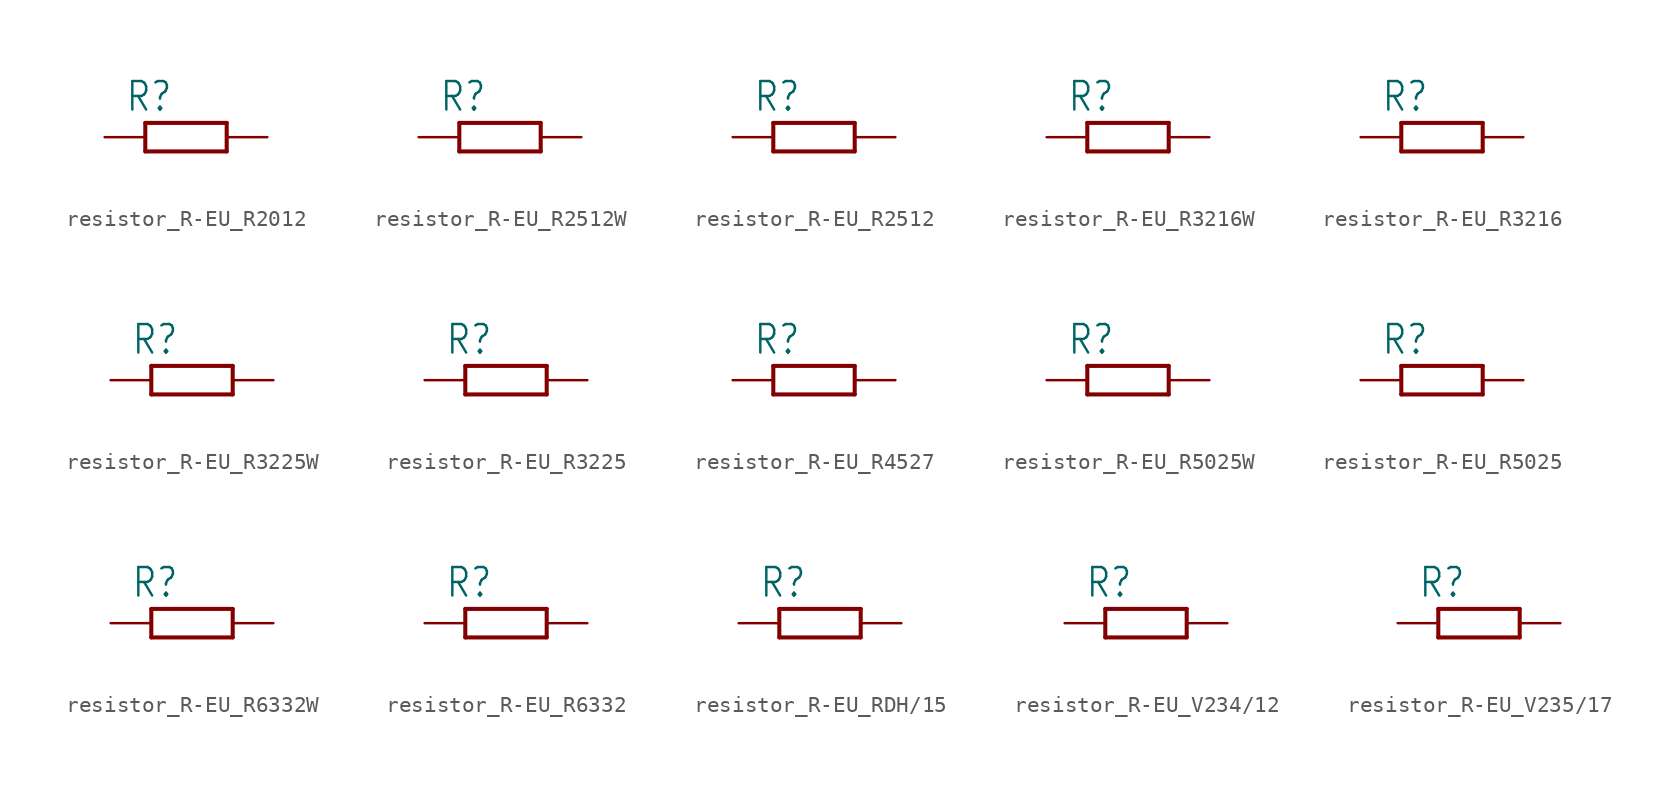
<source format=kicad_sym>
(kicad_symbol_lib
  (version 20220914)
  (generator kicad_symbol_editor)
  (symbol "resistor_R-EU_R2012"
    (property "Reference" "R"
      (at -3.81 1.499 0)
      (effects (font (size 1.778 1.511)) (justify left bottom)))
    (property "Value" ""
      (at -3.81 -3.302 0)
      (effects (font (size 1.778 1.511)) (justify left bottom)))
    (property "ki_locked" ""
      (at 0 0 0)
      (effects (font (size 1.27 1.27))))
    (symbol "resistor_R-EU_R2012_1_0"
      (polyline (pts (xy -2.54 -0.889) (xy -2.54 0.889)) (stroke (width 0.254) (type solid)) (fill (type none)))
      (polyline (pts (xy -2.54 -0.889) (xy 2.54 -0.889)) (stroke (width 0.254) (type solid)) (fill (type none)))
      (polyline (pts (xy 2.54 -0.889) (xy 2.54 0.889)) (stroke (width 0.254) (type solid)) (fill (type none)))
      (polyline (pts (xy 2.54 0.889) (xy -2.54 0.889)) (stroke (width 0.254) (type solid)) (fill (type none)))
      (pin passive line (at -5.08 0 0) (length 2.54) (name "1" (effects (font (size 0 0)))) (number "1" (effects (font (size 0 0)))))
      (pin passive line (at 5.08 0 180) (length 2.54) (name "2" (effects (font (size 0 0)))) (number "2" (effects (font (size 0 0)))))))
  (symbol "resistor_R-EU_R2512W"
    (property "Reference" "R"
      (at -3.81 1.499 0)
      (effects (font (size 1.778 1.511)) (justify left bottom)))
    (property "Value" ""
      (at -3.81 -3.302 0)
      (effects (font (size 1.778 1.511)) (justify left bottom)))
    (property "ki_locked" ""
      (at 0 0 0)
      (effects (font (size 1.27 1.27))))
    (symbol "resistor_R-EU_R2512W_1_0"
      (polyline (pts (xy -2.54 -0.889) (xy -2.54 0.889)) (stroke (width 0.254) (type solid)) (fill (type none)))
      (polyline (pts (xy -2.54 -0.889) (xy 2.54 -0.889)) (stroke (width 0.254) (type solid)) (fill (type none)))
      (polyline (pts (xy 2.54 -0.889) (xy 2.54 0.889)) (stroke (width 0.254) (type solid)) (fill (type none)))
      (polyline (pts (xy 2.54 0.889) (xy -2.54 0.889)) (stroke (width 0.254) (type solid)) (fill (type none)))
      (pin passive line (at -5.08 0 0) (length 2.54) (name "1" (effects (font (size 0 0)))) (number "1" (effects (font (size 0 0)))))
      (pin passive line (at 5.08 0 180) (length 2.54) (name "2" (effects (font (size 0 0)))) (number "2" (effects (font (size 0 0)))))))
  (symbol "resistor_R-EU_R2512"
    (property "Reference" "R"
      (at -3.81 1.499 0)
      (effects (font (size 1.778 1.511)) (justify left bottom)))
    (property "Value" ""
      (at -3.81 -3.302 0)
      (effects (font (size 1.778 1.511)) (justify left bottom)))
    (property "ki_locked" ""
      (at 0 0 0)
      (effects (font (size 1.27 1.27))))
    (symbol "resistor_R-EU_R2512_1_0"
      (polyline (pts (xy -2.54 -0.889) (xy -2.54 0.889)) (stroke (width 0.254) (type solid)) (fill (type none)))
      (polyline (pts (xy -2.54 -0.889) (xy 2.54 -0.889)) (stroke (width 0.254) (type solid)) (fill (type none)))
      (polyline (pts (xy 2.54 -0.889) (xy 2.54 0.889)) (stroke (width 0.254) (type solid)) (fill (type none)))
      (polyline (pts (xy 2.54 0.889) (xy -2.54 0.889)) (stroke (width 0.254) (type solid)) (fill (type none)))
      (pin passive line (at -5.08 0 0) (length 2.54) (name "1" (effects (font (size 0 0)))) (number "1" (effects (font (size 0 0)))))
      (pin passive line (at 5.08 0 180) (length 2.54) (name "2" (effects (font (size 0 0)))) (number "2" (effects (font (size 0 0)))))))
  (symbol "resistor_R-EU_R3216W"
    (property "Reference" "R"
      (at -3.81 1.499 0)
      (effects (font (size 1.778 1.511)) (justify left bottom)))
    (property "Value" ""
      (at -3.81 -3.302 0)
      (effects (font (size 1.778 1.511)) (justify left bottom)))
    (property "ki_locked" ""
      (at 0 0 0)
      (effects (font (size 1.27 1.27))))
    (symbol "resistor_R-EU_R3216W_1_0"
      (polyline (pts (xy -2.54 -0.889) (xy -2.54 0.889)) (stroke (width 0.254) (type solid)) (fill (type none)))
      (polyline (pts (xy -2.54 -0.889) (xy 2.54 -0.889)) (stroke (width 0.254) (type solid)) (fill (type none)))
      (polyline (pts (xy 2.54 -0.889) (xy 2.54 0.889)) (stroke (width 0.254) (type solid)) (fill (type none)))
      (polyline (pts (xy 2.54 0.889) (xy -2.54 0.889)) (stroke (width 0.254) (type solid)) (fill (type none)))
      (pin passive line (at -5.08 0 0) (length 2.54) (name "1" (effects (font (size 0 0)))) (number "1" (effects (font (size 0 0)))))
      (pin passive line (at 5.08 0 180) (length 2.54) (name "2" (effects (font (size 0 0)))) (number "2" (effects (font (size 0 0)))))))
  (symbol "resistor_R-EU_R3216"
    (property "Reference" "R"
      (at -3.81 1.499 0)
      (effects (font (size 1.778 1.511)) (justify left bottom)))
    (property "Value" ""
      (at -3.81 -3.302 0)
      (effects (font (size 1.778 1.511)) (justify left bottom)))
    (property "ki_locked" ""
      (at 0 0 0)
      (effects (font (size 1.27 1.27))))
    (symbol "resistor_R-EU_R3216_1_0"
      (polyline (pts (xy -2.54 -0.889) (xy -2.54 0.889)) (stroke (width 0.254) (type solid)) (fill (type none)))
      (polyline (pts (xy -2.54 -0.889) (xy 2.54 -0.889)) (stroke (width 0.254) (type solid)) (fill (type none)))
      (polyline (pts (xy 2.54 -0.889) (xy 2.54 0.889)) (stroke (width 0.254) (type solid)) (fill (type none)))
      (polyline (pts (xy 2.54 0.889) (xy -2.54 0.889)) (stroke (width 0.254) (type solid)) (fill (type none)))
      (pin passive line (at -5.08 0 0) (length 2.54) (name "1" (effects (font (size 0 0)))) (number "1" (effects (font (size 0 0)))))
      (pin passive line (at 5.08 0 180) (length 2.54) (name "2" (effects (font (size 0 0)))) (number "2" (effects (font (size 0 0)))))))
  (symbol "resistor_R-EU_R3225W"
    (property "Reference" "R"
      (at -3.81 1.499 0)
      (effects (font (size 1.778 1.511)) (justify left bottom)))
    (property "Value" ""
      (at -3.81 -3.302 0)
      (effects (font (size 1.778 1.511)) (justify left bottom)))
    (property "ki_locked" ""
      (at 0 0 0)
      (effects (font (size 1.27 1.27))))
    (symbol "resistor_R-EU_R3225W_1_0"
      (polyline (pts (xy -2.54 -0.889) (xy -2.54 0.889)) (stroke (width 0.254) (type solid)) (fill (type none)))
      (polyline (pts (xy -2.54 -0.889) (xy 2.54 -0.889)) (stroke (width 0.254) (type solid)) (fill (type none)))
      (polyline (pts (xy 2.54 -0.889) (xy 2.54 0.889)) (stroke (width 0.254) (type solid)) (fill (type none)))
      (polyline (pts (xy 2.54 0.889) (xy -2.54 0.889)) (stroke (width 0.254) (type solid)) (fill (type none)))
      (pin passive line (at -5.08 0 0) (length 2.54) (name "1" (effects (font (size 0 0)))) (number "1" (effects (font (size 0 0)))))
      (pin passive line (at 5.08 0 180) (length 2.54) (name "2" (effects (font (size 0 0)))) (number "2" (effects (font (size 0 0)))))))
  (symbol "resistor_R-EU_R3225"
    (property "Reference" "R"
      (at -3.81 1.499 0)
      (effects (font (size 1.778 1.511)) (justify left bottom)))
    (property "Value" ""
      (at -3.81 -3.302 0)
      (effects (font (size 1.778 1.511)) (justify left bottom)))
    (property "ki_locked" ""
      (at 0 0 0)
      (effects (font (size 1.27 1.27))))
    (symbol "resistor_R-EU_R3225_1_0"
      (polyline (pts (xy -2.54 -0.889) (xy -2.54 0.889)) (stroke (width 0.254) (type solid)) (fill (type none)))
      (polyline (pts (xy -2.54 -0.889) (xy 2.54 -0.889)) (stroke (width 0.254) (type solid)) (fill (type none)))
      (polyline (pts (xy 2.54 -0.889) (xy 2.54 0.889)) (stroke (width 0.254) (type solid)) (fill (type none)))
      (polyline (pts (xy 2.54 0.889) (xy -2.54 0.889)) (stroke (width 0.254) (type solid)) (fill (type none)))
      (pin passive line (at -5.08 0 0) (length 2.54) (name "1" (effects (font (size 0 0)))) (number "1" (effects (font (size 0 0)))))
      (pin passive line (at 5.08 0 180) (length 2.54) (name "2" (effects (font (size 0 0)))) (number "2" (effects (font (size 0 0)))))))
  (symbol "resistor_R-EU_R4527"
    (property "Reference" "R"
      (at -3.81 1.499 0)
      (effects (font (size 1.778 1.511)) (justify left bottom)))
    (property "Value" ""
      (at -3.81 -3.302 0)
      (effects (font (size 1.778 1.511)) (justify left bottom)))
    (property "ki_locked" ""
      (at 0 0 0)
      (effects (font (size 1.27 1.27))))
    (symbol "resistor_R-EU_R4527_1_0"
      (polyline (pts (xy -2.54 -0.889) (xy -2.54 0.889)) (stroke (width 0.254) (type solid)) (fill (type none)))
      (polyline (pts (xy -2.54 -0.889) (xy 2.54 -0.889)) (stroke (width 0.254) (type solid)) (fill (type none)))
      (polyline (pts (xy 2.54 -0.889) (xy 2.54 0.889)) (stroke (width 0.254) (type solid)) (fill (type none)))
      (polyline (pts (xy 2.54 0.889) (xy -2.54 0.889)) (stroke (width 0.254) (type solid)) (fill (type none)))
      (pin passive line (at -5.08 0 0) (length 2.54) (name "1" (effects (font (size 0 0)))) (number "1" (effects (font (size 0 0)))))
      (pin passive line (at 5.08 0 180) (length 2.54) (name "2" (effects (font (size 0 0)))) (number "2" (effects (font (size 0 0)))))))
  (symbol "resistor_R-EU_R5025W"
    (property "Reference" "R"
      (at -3.81 1.499 0)
      (effects (font (size 1.778 1.511)) (justify left bottom)))
    (property "Value" ""
      (at -3.81 -3.302 0)
      (effects (font (size 1.778 1.511)) (justify left bottom)))
    (property "ki_locked" ""
      (at 0 0 0)
      (effects (font (size 1.27 1.27))))
    (symbol "resistor_R-EU_R5025W_1_0"
      (polyline (pts (xy -2.54 -0.889) (xy -2.54 0.889)) (stroke (width 0.254) (type solid)) (fill (type none)))
      (polyline (pts (xy -2.54 -0.889) (xy 2.54 -0.889)) (stroke (width 0.254) (type solid)) (fill (type none)))
      (polyline (pts (xy 2.54 -0.889) (xy 2.54 0.889)) (stroke (width 0.254) (type solid)) (fill (type none)))
      (polyline (pts (xy 2.54 0.889) (xy -2.54 0.889)) (stroke (width 0.254) (type solid)) (fill (type none)))
      (pin passive line (at -5.08 0 0) (length 2.54) (name "1" (effects (font (size 0 0)))) (number "1" (effects (font (size 0 0)))))
      (pin passive line (at 5.08 0 180) (length 2.54) (name "2" (effects (font (size 0 0)))) (number "2" (effects (font (size 0 0)))))))
  (symbol "resistor_R-EU_R5025"
    (property "Reference" "R"
      (at -3.81 1.499 0)
      (effects (font (size 1.778 1.511)) (justify left bottom)))
    (property "Value" ""
      (at -3.81 -3.302 0)
      (effects (font (size 1.778 1.511)) (justify left bottom)))
    (property "ki_locked" ""
      (at 0 0 0)
      (effects (font (size 1.27 1.27))))
    (symbol "resistor_R-EU_R5025_1_0"
      (polyline (pts (xy -2.54 -0.889) (xy -2.54 0.889)) (stroke (width 0.254) (type solid)) (fill (type none)))
      (polyline (pts (xy -2.54 -0.889) (xy 2.54 -0.889)) (stroke (width 0.254) (type solid)) (fill (type none)))
      (polyline (pts (xy 2.54 -0.889) (xy 2.54 0.889)) (stroke (width 0.254) (type solid)) (fill (type none)))
      (polyline (pts (xy 2.54 0.889) (xy -2.54 0.889)) (stroke (width 0.254) (type solid)) (fill (type none)))
      (pin passive line (at -5.08 0 0) (length 2.54) (name "1" (effects (font (size 0 0)))) (number "1" (effects (font (size 0 0)))))
      (pin passive line (at 5.08 0 180) (length 2.54) (name "2" (effects (font (size 0 0)))) (number "2" (effects (font (size 0 0)))))))
  (symbol "resistor_R-EU_R6332W"
    (property "Reference" "R"
      (at -3.81 1.499 0)
      (effects (font (size 1.778 1.511)) (justify left bottom)))
    (property "Value" ""
      (at -3.81 -3.302 0)
      (effects (font (size 1.778 1.511)) (justify left bottom)))
    (property "ki_locked" ""
      (at 0 0 0)
      (effects (font (size 1.27 1.27))))
    (symbol "resistor_R-EU_R6332W_1_0"
      (polyline (pts (xy -2.54 -0.889) (xy -2.54 0.889)) (stroke (width 0.254) (type solid)) (fill (type none)))
      (polyline (pts (xy -2.54 -0.889) (xy 2.54 -0.889)) (stroke (width 0.254) (type solid)) (fill (type none)))
      (polyline (pts (xy 2.54 -0.889) (xy 2.54 0.889)) (stroke (width 0.254) (type solid)) (fill (type none)))
      (polyline (pts (xy 2.54 0.889) (xy -2.54 0.889)) (stroke (width 0.254) (type solid)) (fill (type none)))
      (pin passive line (at -5.08 0 0) (length 2.54) (name "1" (effects (font (size 0 0)))) (number "1" (effects (font (size 0 0)))))
      (pin passive line (at 5.08 0 180) (length 2.54) (name "2" (effects (font (size 0 0)))) (number "2" (effects (font (size 0 0)))))))
  (symbol "resistor_R-EU_R6332"
    (property "Reference" "R"
      (at -3.81 1.499 0)
      (effects (font (size 1.778 1.511)) (justify left bottom)))
    (property "Value" ""
      (at -3.81 -3.302 0)
      (effects (font (size 1.778 1.511)) (justify left bottom)))
    (property "ki_locked" ""
      (at 0 0 0)
      (effects (font (size 1.27 1.27))))
    (symbol "resistor_R-EU_R6332_1_0"
      (polyline (pts (xy -2.54 -0.889) (xy -2.54 0.889)) (stroke (width 0.254) (type solid)) (fill (type none)))
      (polyline (pts (xy -2.54 -0.889) (xy 2.54 -0.889)) (stroke (width 0.254) (type solid)) (fill (type none)))
      (polyline (pts (xy 2.54 -0.889) (xy 2.54 0.889)) (stroke (width 0.254) (type solid)) (fill (type none)))
      (polyline (pts (xy 2.54 0.889) (xy -2.54 0.889)) (stroke (width 0.254) (type solid)) (fill (type none)))
      (pin passive line (at -5.08 0 0) (length 2.54) (name "1" (effects (font (size 0 0)))) (number "1" (effects (font (size 0 0)))))
      (pin passive line (at 5.08 0 180) (length 2.54) (name "2" (effects (font (size 0 0)))) (number "2" (effects (font (size 0 0)))))))
  (symbol "resistor_R-EU_RDH/15"
    (property "Reference" "R"
      (at -3.81 1.499 0)
      (effects (font (size 1.778 1.511)) (justify left bottom)))
    (property "Value" ""
      (at -3.81 -3.302 0)
      (effects (font (size 1.778 1.511)) (justify left bottom)))
    (property "ki_locked" ""
      (at 0 0 0)
      (effects (font (size 1.27 1.27))))
    (symbol "resistor_R-EU_RDH/15_1_0"
      (polyline (pts (xy -2.54 -0.889) (xy -2.54 0.889)) (stroke (width 0.254) (type solid)) (fill (type none)))
      (polyline (pts (xy -2.54 -0.889) (xy 2.54 -0.889)) (stroke (width 0.254) (type solid)) (fill (type none)))
      (polyline (pts (xy 2.54 -0.889) (xy 2.54 0.889)) (stroke (width 0.254) (type solid)) (fill (type none)))
      (polyline (pts (xy 2.54 0.889) (xy -2.54 0.889)) (stroke (width 0.254) (type solid)) (fill (type none)))
      (pin passive line (at -5.08 0 0) (length 2.54) (name "1" (effects (font (size 0 0)))) (number "1" (effects (font (size 0 0)))))
      (pin passive line (at 5.08 0 180) (length 2.54) (name "2" (effects (font (size 0 0)))) (number "2" (effects (font (size 0 0)))))))
  (symbol "resistor_R-EU_V234/12"
    (property "Reference" "R"
      (at -3.81 1.499 0)
      (effects (font (size 1.778 1.511)) (justify left bottom)))
    (property "Value" ""
      (at -3.81 -3.302 0)
      (effects (font (size 1.778 1.511)) (justify left bottom)))
    (property "ki_locked" ""
      (at 0 0 0)
      (effects (font (size 1.27 1.27))))
    (symbol "resistor_R-EU_V234/12_1_0"
      (polyline (pts (xy -2.54 -0.889) (xy -2.54 0.889)) (stroke (width 0.254) (type solid)) (fill (type none)))
      (polyline (pts (xy -2.54 -0.889) (xy 2.54 -0.889)) (stroke (width 0.254) (type solid)) (fill (type none)))
      (polyline (pts (xy 2.54 -0.889) (xy 2.54 0.889)) (stroke (width 0.254) (type solid)) (fill (type none)))
      (polyline (pts (xy 2.54 0.889) (xy -2.54 0.889)) (stroke (width 0.254) (type solid)) (fill (type none)))
      (pin passive line (at -5.08 0 0) (length 2.54) (name "1" (effects (font (size 0 0)))) (number "1" (effects (font (size 0 0)))))
      (pin passive line (at 5.08 0 180) (length 2.54) (name "2" (effects (font (size 0 0)))) (number "2" (effects (font (size 0 0)))))))
  (symbol "resistor_R-EU_V235/17"
    (property "Reference" "R"
      (at -3.81 1.499 0)
      (effects (font (size 1.778 1.511)) (justify left bottom)))
    (property "Value" ""
      (at -3.81 -3.302 0)
      (effects (font (size 1.778 1.511)) (justify left bottom)))
    (property "ki_locked" ""
      (at 0 0 0)
      (effects (font (size 1.27 1.27))))
    (symbol "resistor_R-EU_V235/17_1_0"
      (polyline (pts (xy -2.54 -0.889) (xy -2.54 0.889)) (stroke (width 0.254) (type solid)) (fill (type none)))
      (polyline (pts (xy -2.54 -0.889) (xy 2.54 -0.889)) (stroke (width 0.254) (type solid)) (fill (type none)))
      (polyline (pts (xy 2.54 -0.889) (xy 2.54 0.889)) (stroke (width 0.254) (type solid)) (fill (type none)))
      (polyline (pts (xy 2.54 0.889) (xy -2.54 0.889)) (stroke (width 0.254) (type solid)) (fill (type none)))
      (pin passive line (at -5.08 0 0) (length 2.54) (name "1" (effects (font (size 0 0)))) (number "1" (effects (font (size 0 0)))))
      (pin passive line (at 5.08 0 180) (length 2.54) (name "2" (effects (font (size 0 0)))) (number "2" (effects (font (size 0 0))))))))
</source>
